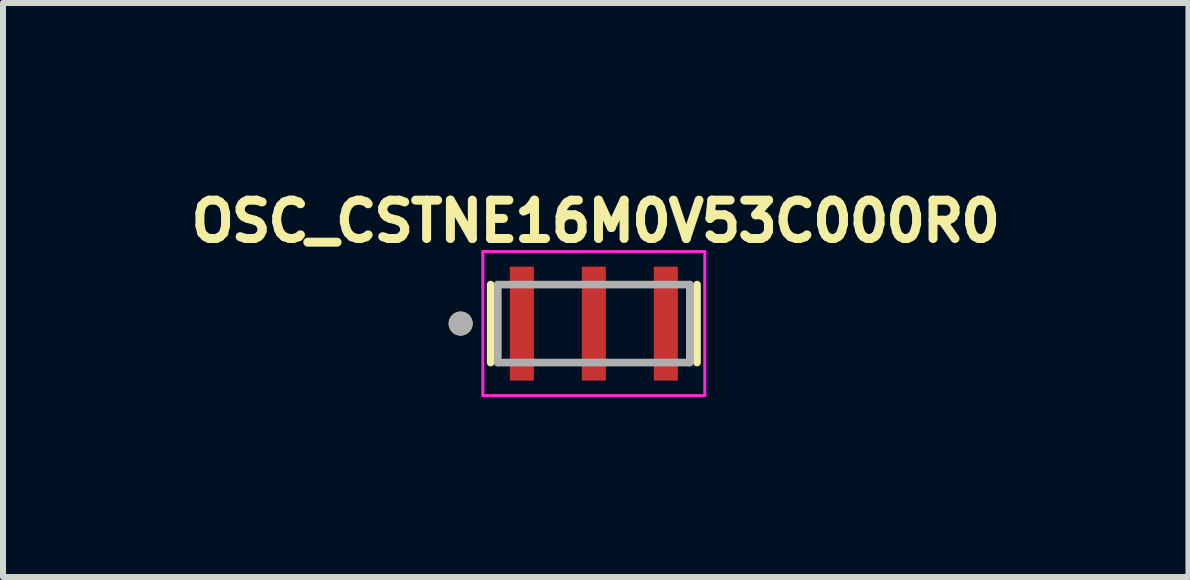
<source format=kicad_pcb>
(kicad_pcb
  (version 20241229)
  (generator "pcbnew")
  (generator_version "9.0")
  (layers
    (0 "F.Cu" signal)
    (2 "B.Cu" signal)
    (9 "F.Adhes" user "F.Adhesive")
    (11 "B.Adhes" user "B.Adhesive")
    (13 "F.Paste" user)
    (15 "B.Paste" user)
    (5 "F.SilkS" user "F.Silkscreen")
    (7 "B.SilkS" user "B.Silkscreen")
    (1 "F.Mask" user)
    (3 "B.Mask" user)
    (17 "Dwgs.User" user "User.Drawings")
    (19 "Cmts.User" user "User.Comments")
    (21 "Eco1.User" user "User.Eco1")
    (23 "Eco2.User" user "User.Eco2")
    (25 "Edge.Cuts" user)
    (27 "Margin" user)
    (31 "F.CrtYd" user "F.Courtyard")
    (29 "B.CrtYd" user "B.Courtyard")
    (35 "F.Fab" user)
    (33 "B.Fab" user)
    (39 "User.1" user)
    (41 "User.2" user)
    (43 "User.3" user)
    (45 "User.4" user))
  (footprint "OSC_CSTNE16M0V53C000R0"
    (layer "F.Cu")
    (at 6.849 2.344)
    (property "Reference" "OSC_CSTNE16M0V53C000R0" (at 0.032 -1.706 0) (layer "F.SilkS") (effects (font (size 0.64 0.64) (thickness 0.15))))
    (attr smd)
    (fp_line (start -1.72 -0.65) (end -1.72 0.65) (stroke (width 0.127) (type solid)) (layer "F.SilkS"))
    (fp_line (start 1.72 -0.65) (end 1.72 0.65) (stroke (width 0.127) (type solid)) (layer "F.SilkS"))
    (fp_circle (center -2.22 0) (end -2.12 0) (stroke (width 0.2) (type solid)) (fill no) (layer "F.SilkS"))
    (fp_line (start -1.85 -1.2) (end 1.85 -1.2) (stroke (width 0.05) (type solid)) (layer "F.CrtYd"))
    (fp_line (start -1.85 1.2) (end -1.85 -1.2) (stroke (width 0.05) (type solid)) (layer "F.CrtYd"))
    (fp_line (start 1.85 -1.2) (end 1.85 1.2) (stroke (width 0.05) (type solid)) (layer "F.CrtYd"))
    (fp_line (start 1.85 1.2) (end -1.85 1.2) (stroke (width 0.05) (type solid)) (layer "F.CrtYd"))
    (fp_line (start -1.6 -0.65) (end -1.6 0.65) (stroke (width 0.127) (type solid)) (layer "F.Fab"))
    (fp_line (start -1.6 -0.65) (end 1.6 -0.65) (stroke (width 0.127) (type solid)) (layer "F.Fab"))
    (fp_line (start 1.6 -0.65) (end 1.6 0.65) (stroke (width 0.127) (type solid)) (layer "F.Fab"))
    (fp_line (start 1.6 0.65) (end -1.6 0.65) (stroke (width 0.127) (type solid)) (layer "F.Fab"))
    (fp_circle (center -2.22 0) (end -2.12 0) (stroke (width 0.2) (type solid)) (fill no) (layer "F.Fab"))
    (pad "1" smd rect (at -1.2 0) (size 0.4 1.9) (layers "F.Cu" "F.Mask" "F.Paste"))
    (pad "2" smd rect (at 0 0) (size 0.4 1.9) (layers "F.Cu" "F.Mask" "F.Paste"))
    (pad "3" smd rect (at 1.2 0) (size 0.4 1.9) (layers "F.Cu" "F.Mask" "F.Paste")))
  (gr_rect
    (start -3 -3)
    (end 16.762 6.569)
    (stroke (width 0.1) (type default))
    (fill no)
    (layer "Edge.Cuts")))
</source>
